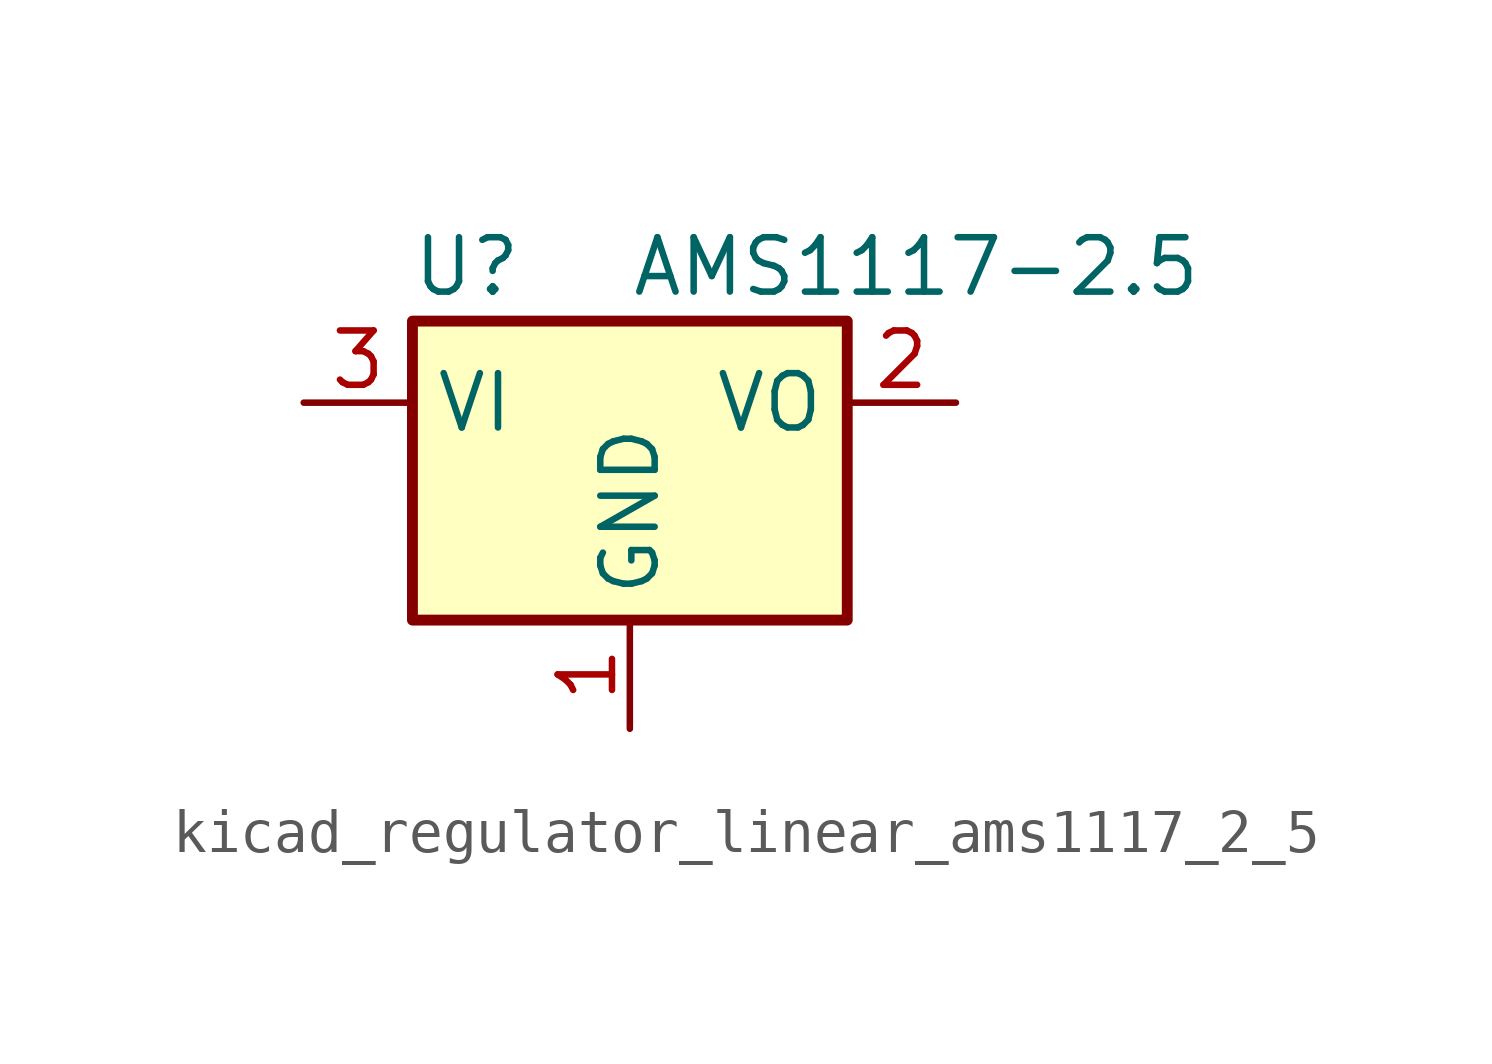
<source format=kicad_sym>
(kicad_symbol_lib
  (version 20220914)
  (generator kicad_symbol_editor)
  (symbol "kicad_regulator_linear_ams1117_2_5"
    (property "Reference" "U"
      (at -3.81 3.175 0)
      (effects (font (size 1.27 1.27))))
    (property "Value" "AMS1117-2.5"
      (at 0 3.175 0)
      (effects (font (size 1.27 1.27)) (justify left)))
    (symbol "kicad_regulator_linear_ams1117_2_5_0_1"
      (rectangle (start -5.08 -5.08) (end 5.08 1.905) (stroke (width 0.254) (type default)) (fill (type background))))
    (symbol "kicad_regulator_linear_ams1117_2_5_1_1"
      (pin power_in line (at 0 -7.62 90) (length 2.54) (name "GND" (effects (font (size 1.27 1.27)))) (number "1" (effects (font (size 1.27 1.27)))))
      (pin power_out line (at 7.62 0 180) (length 2.54) (name "VO" (effects (font (size 1.27 1.27)))) (number "2" (effects (font (size 1.27 1.27)))))
      (pin power_in line (at -7.62 0 0) (length 2.54) (name "VI" (effects (font (size 1.27 1.27)))) (number "3" (effects (font (size 1.27 1.27))))))))
</source>
